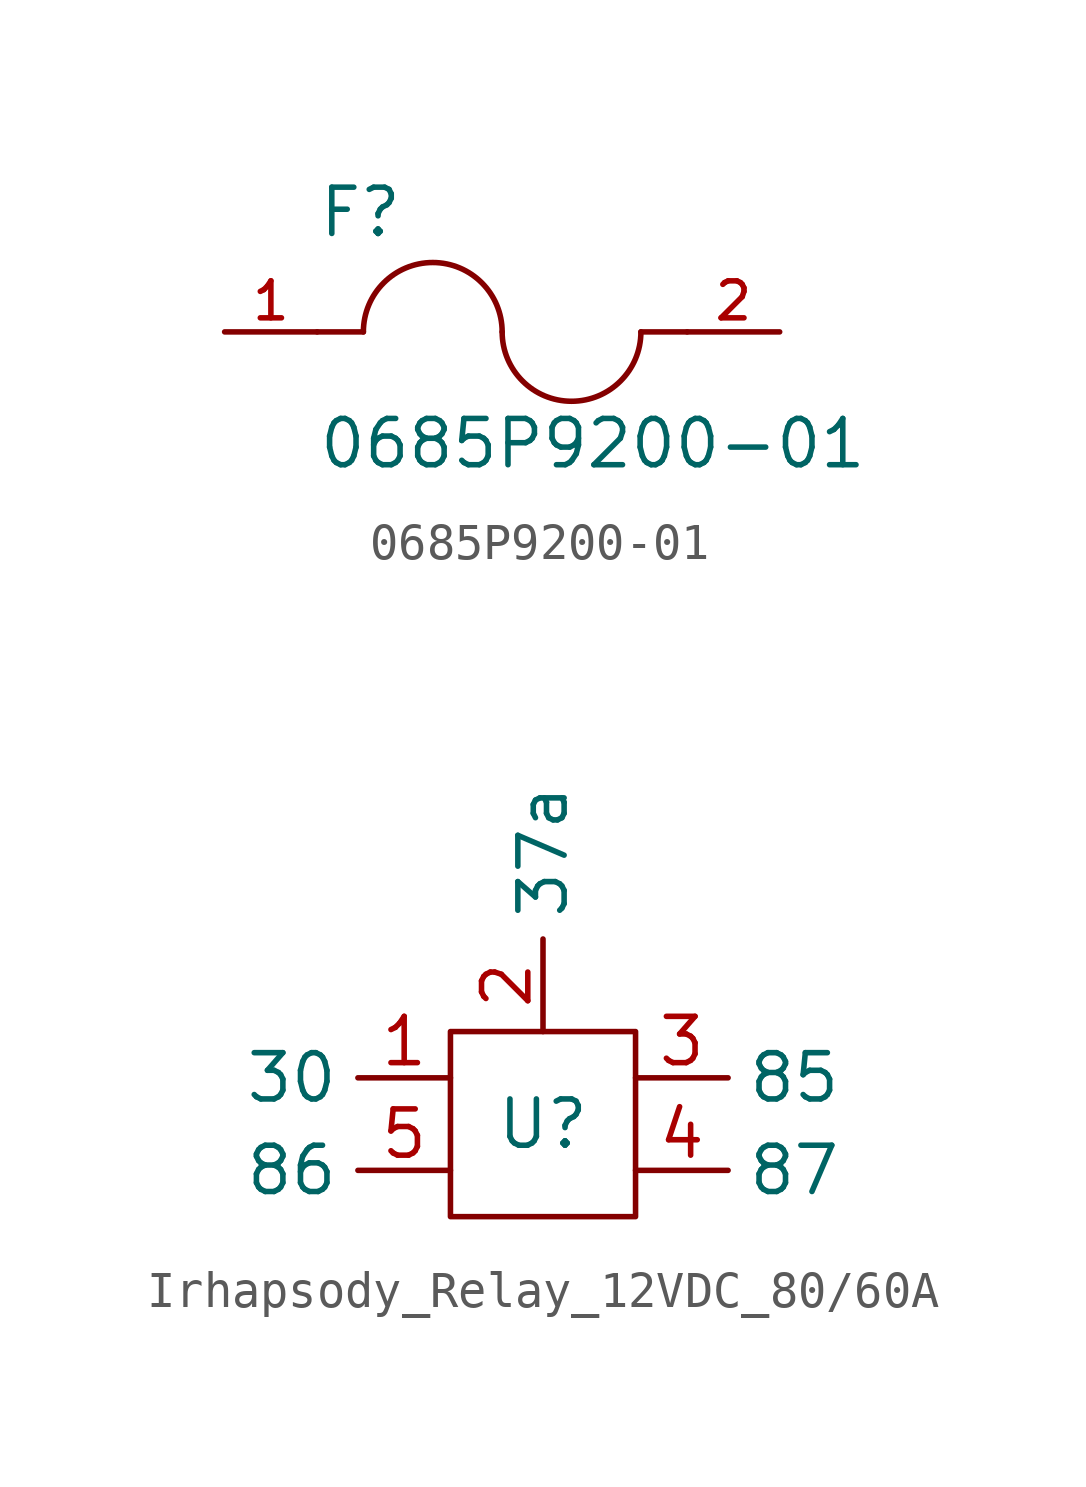
<source format=kicad_sym>
(kicad_symbol_lib
  (version 20231120)
  (generator "kicad_symbol_editor")
  (generator_version "8.0")
  (symbol "0685P9200-01"
    (pin_names
      (offset 1.016))
    (property "Reference" "F"
      (at -5.08 2.54 0)
      (effects (font (size 1.27 1.27)) (justify left bottom)))
    (property "Value" "0685P9200-01"
      (at -5.08 -3.81 0)
      (effects (font (size 1.27 1.27)) (justify left bottom)))
    (symbol "0685P9200-01_0_0"
      (arc (start 0 0) (mid -1.905 1.8967) (end -3.81 0) (stroke (width 0.1524) (type default)) (fill (type none)))
      (polyline (pts (xy -5.08 0) (xy -3.81 0)) (stroke (width 0.152) (type default)) (fill (type none)))
      (polyline (pts (xy 5.08 0) (xy 3.81 0)) (stroke (width 0.152) (type default)) (fill (type none)))
      (arc (start 0 0) (mid 1.905 -1.8967) (end 3.81 0) (stroke (width 0.1524) (type default)) (fill (type none)))
      (pin passive line (at -7.62 0 0) (length 2.54) (name "~" (effects (font (size 1.016 1.016)))) (number "1" (effects (font (size 1.016 1.016)))))
      (pin passive line (at 7.62 0 180) (length 2.54) (name "~" (effects (font (size 1.016 1.016)))) (number "2" (effects (font (size 1.016 1.016)))))))
  (symbol "Irhapsody_Relay_12VDC_80/60A"
    (property "Reference" "U"
      (at 0 0 0)
      (effects (font (size 1.27 1.27))))
    (property "Value" ""
      (at 0 0 0)
      (effects (font (size 1.27 1.27))))
    (symbol "Irhapsody_Relay_12VDC_80/60A_0_1"
      (rectangle (start -2.54 2.54) (end 2.54 -2.54) (stroke (width 0) (type default)) (fill (type none))))
    (symbol "Irhapsody_Relay_12VDC_80/60A_1_1"
      (pin input line (at -2.54 1.27 180) (length 2.54) (name "30" (effects (font (size 1.27 1.27)))) (number "1" (effects (font (size 1.27 1.27)))))
      (pin input line (at 0 2.54 90) (length 2.54) (name "37a" (effects (font (size 1.27 1.27)))) (number "2" (effects (font (size 1.27 1.27)))))
      (pin input line (at 2.54 1.27 0) (length 2.54) (name "85" (effects (font (size 1.27 1.27)))) (number "3" (effects (font (size 1.27 1.27)))))
      (pin input line (at 2.54 -1.27 0) (length 2.54) (name "87" (effects (font (size 1.27 1.27)))) (number "4" (effects (font (size 1.27 1.27)))))
      (pin input line (at -2.54 -1.27 180) (length 2.54) (name "86" (effects (font (size 1.27 1.27)))) (number "5" (effects (font (size 1.27 1.27))))))))
</source>
